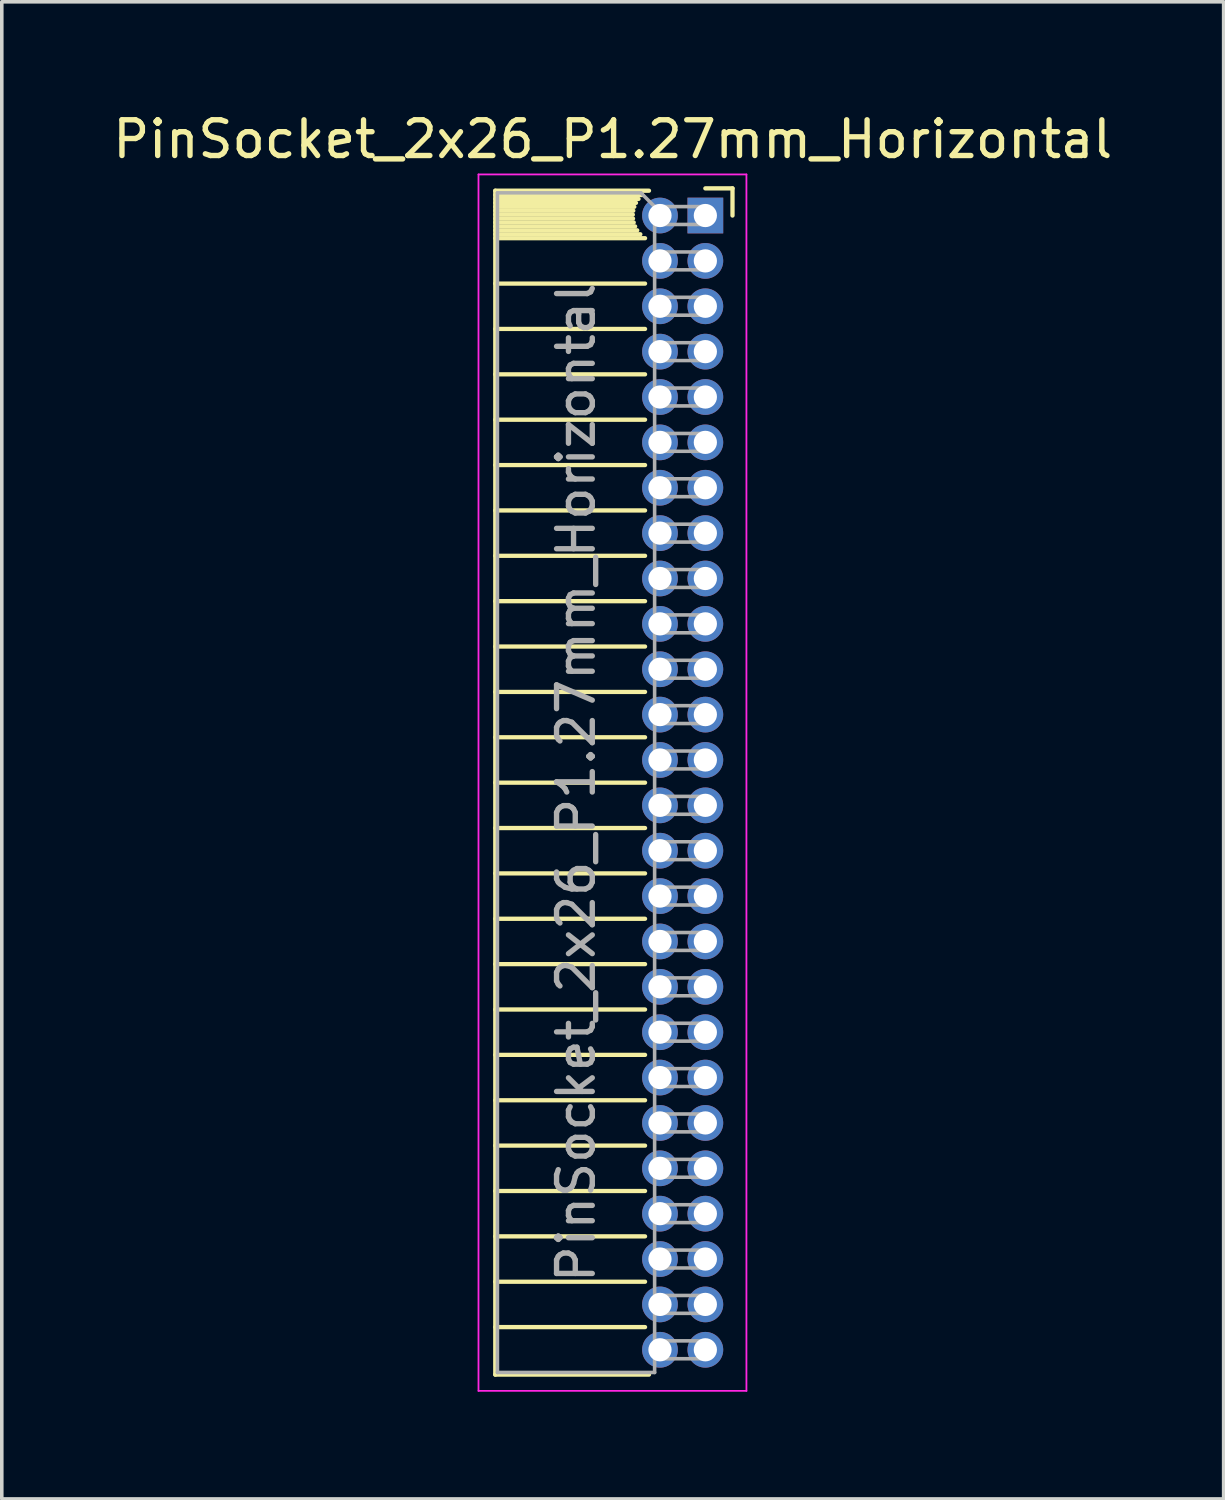
<source format=kicad_pcb>
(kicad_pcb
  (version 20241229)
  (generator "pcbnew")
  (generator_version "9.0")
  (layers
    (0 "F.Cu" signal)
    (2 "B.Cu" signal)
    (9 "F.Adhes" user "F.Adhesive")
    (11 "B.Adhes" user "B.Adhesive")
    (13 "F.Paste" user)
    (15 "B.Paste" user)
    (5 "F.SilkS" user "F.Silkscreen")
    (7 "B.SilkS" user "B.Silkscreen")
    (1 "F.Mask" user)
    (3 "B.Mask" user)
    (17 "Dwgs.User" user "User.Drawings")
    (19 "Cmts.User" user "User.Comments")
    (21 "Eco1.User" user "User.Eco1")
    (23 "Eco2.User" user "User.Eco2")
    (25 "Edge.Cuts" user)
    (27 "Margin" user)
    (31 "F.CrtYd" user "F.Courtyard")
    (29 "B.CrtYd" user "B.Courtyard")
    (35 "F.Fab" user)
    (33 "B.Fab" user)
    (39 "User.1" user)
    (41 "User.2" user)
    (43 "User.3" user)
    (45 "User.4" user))
  (footprint "PinSocket_2x26_P1.27mm_Horizontal"
    (layer "F.Cu")
    (at 16.694 2.983)
    (property "Reference" "PinSocket_2x26_P1.27mm_Horizontal" (at -2.592 -2.135 0) (layer "F.SilkS") (effects (font (size 1 1) (thickness 0.15))))
    (attr through_hole)
    (fp_line (start -5.88 -0.695) (end -5.88 32.445) (stroke (width 0.12) (type solid)) (layer "F.SilkS"))
    (fp_line (start -5.88 -0.695) (end -1.578 -0.695) (stroke (width 0.12) (type solid)) (layer "F.SilkS"))
    (fp_line (start -5.88 -0.575) (end -1.767 -0.575) (stroke (width 0.12) (type solid)) (layer "F.SilkS"))
    (fp_line (start -5.88 -0.465) (end -1.871 -0.465) (stroke (width 0.12) (type solid)) (layer "F.SilkS"))
    (fp_line (start -5.88 -0.355) (end -1.942 -0.355) (stroke (width 0.12) (type solid)) (layer "F.SilkS"))
    (fp_line (start -5.88 -0.245) (end -1.989 -0.245) (stroke (width 0.12) (type solid)) (layer "F.SilkS"))
    (fp_line (start -5.88 -0.135) (end -2.018 -0.135) (stroke (width 0.12) (type solid)) (layer "F.SilkS"))
    (fp_line (start -5.88 -0.025) (end -2.03 -0.025) (stroke (width 0.12) (type solid)) (layer "F.SilkS"))
    (fp_line (start -5.88 0.085) (end -2.025 0.085) (stroke (width 0.12) (type solid)) (layer "F.SilkS"))
    (fp_line (start -5.88 0.195) (end -2.005 0.195) (stroke (width 0.12) (type solid)) (layer "F.SilkS"))
    (fp_line (start -5.88 0.305) (end -1.966 0.305) (stroke (width 0.12) (type solid)) (layer "F.SilkS"))
    (fp_line (start -5.88 0.415) (end -1.907 0.415) (stroke (width 0.12) (type solid)) (layer "F.SilkS"))
    (fp_line (start -5.88 0.525) (end -1.82 0.525) (stroke (width 0.12) (type solid)) (layer "F.SilkS"))
    (fp_line (start -5.88 0.635) (end -1.688 0.635) (stroke (width 0.12) (type solid)) (layer "F.SilkS"))
    (fp_line (start -5.88 1.905) (end -1.688 1.905) (stroke (width 0.12) (type solid)) (layer "F.SilkS"))
    (fp_line (start -5.88 3.175) (end -1.688 3.175) (stroke (width 0.12) (type solid)) (layer "F.SilkS"))
    (fp_line (start -5.88 4.445) (end -1.688 4.445) (stroke (width 0.12) (type solid)) (layer "F.SilkS"))
    (fp_line (start -5.88 5.715) (end -1.688 5.715) (stroke (width 0.12) (type solid)) (layer "F.SilkS"))
    (fp_line (start -5.88 6.985) (end -1.688 6.985) (stroke (width 0.12) (type solid)) (layer "F.SilkS"))
    (fp_line (start -5.88 8.255) (end -1.688 8.255) (stroke (width 0.12) (type solid)) (layer "F.SilkS"))
    (fp_line (start -5.88 9.525) (end -1.688 9.525) (stroke (width 0.12) (type solid)) (layer "F.SilkS"))
    (fp_line (start -5.88 10.795) (end -1.688 10.795) (stroke (width 0.12) (type solid)) (layer "F.SilkS"))
    (fp_line (start -5.88 12.065) (end -1.688 12.065) (stroke (width 0.12) (type solid)) (layer "F.SilkS"))
    (fp_line (start -5.88 13.335) (end -1.688 13.335) (stroke (width 0.12) (type solid)) (layer "F.SilkS"))
    (fp_line (start -5.88 14.605) (end -1.688 14.605) (stroke (width 0.12) (type solid)) (layer "F.SilkS"))
    (fp_line (start -5.88 15.875) (end -1.688 15.875) (stroke (width 0.12) (type solid)) (layer "F.SilkS"))
    (fp_line (start -5.88 17.145) (end -1.688 17.145) (stroke (width 0.12) (type solid)) (layer "F.SilkS"))
    (fp_line (start -5.88 18.415) (end -1.688 18.415) (stroke (width 0.12) (type solid)) (layer "F.SilkS"))
    (fp_line (start -5.88 19.685) (end -1.688 19.685) (stroke (width 0.12) (type solid)) (layer "F.SilkS"))
    (fp_line (start -5.88 20.955) (end -1.688 20.955) (stroke (width 0.12) (type solid)) (layer "F.SilkS"))
    (fp_line (start -5.88 22.225) (end -1.688 22.225) (stroke (width 0.12) (type solid)) (layer "F.SilkS"))
    (fp_line (start -5.88 23.495) (end -1.688 23.495) (stroke (width 0.12) (type solid)) (layer "F.SilkS"))
    (fp_line (start -5.88 24.765) (end -1.688 24.765) (stroke (width 0.12) (type solid)) (layer "F.SilkS"))
    (fp_line (start -5.88 26.035) (end -1.688 26.035) (stroke (width 0.12) (type solid)) (layer "F.SilkS"))
    (fp_line (start -5.88 27.305) (end -1.688 27.305) (stroke (width 0.12) (type solid)) (layer "F.SilkS"))
    (fp_line (start -5.88 28.575) (end -1.688 28.575) (stroke (width 0.12) (type solid)) (layer "F.SilkS"))
    (fp_line (start -5.88 29.845) (end -1.688 29.845) (stroke (width 0.12) (type solid)) (layer "F.SilkS"))
    (fp_line (start -5.88 31.115) (end -1.688 31.115) (stroke (width 0.12) (type solid)) (layer "F.SilkS"))
    (fp_line (start -5.88 32.445) (end -1.578 32.445) (stroke (width 0.12) (type solid)) (layer "F.SilkS"))
    (fp_line (start 0 -0.76) (end 0.76 -0.76) (stroke (width 0.12) (type solid)) (layer "F.SilkS"))
    (fp_line (start 0.76 -0.76) (end 0.76 0) (stroke (width 0.12) (type solid)) (layer "F.SilkS"))
    (fp_line (start -6.35 -1.15) (end -6.35 32.9) (stroke (width 0.05) (type solid)) (layer "F.CrtYd"))
    (fp_line (start -6.35 32.9) (end 1.15 32.9) (stroke (width 0.05) (type solid)) (layer "F.CrtYd"))
    (fp_line (start 1.15 -1.15) (end -6.35 -1.15) (stroke (width 0.05) (type solid)) (layer "F.CrtYd"))
    (fp_line (start 1.15 32.9) (end 1.15 -1.15) (stroke (width 0.05) (type solid)) (layer "F.CrtYd"))
    (fp_line (start -5.82 -0.635) (end -1.805 -0.635) (stroke (width 0.1) (type solid)) (layer "F.Fab"))
    (fp_line (start -5.82 32.385) (end -5.82 -0.635) (stroke (width 0.1) (type solid)) (layer "F.Fab"))
    (fp_line (start -1.805 -0.635) (end -1.42 -0.25) (stroke (width 0.1) (type solid)) (layer "F.Fab"))
    (fp_line (start -1.42 -0.25) (end -1.42 32.385) (stroke (width 0.1) (type solid)) (layer "F.Fab"))
    (fp_line (start -1.42 0.25) (end 0 0.25) (stroke (width 0.1) (type solid)) (layer "F.Fab"))
    (fp_line (start -1.42 1.52) (end 0 1.52) (stroke (width 0.1) (type solid)) (layer "F.Fab"))
    (fp_line (start -1.42 2.79) (end 0 2.79) (stroke (width 0.1) (type solid)) (layer "F.Fab"))
    (fp_line (start -1.42 4.06) (end 0 4.06) (stroke (width 0.1) (type solid)) (layer "F.Fab"))
    (fp_line (start -1.42 5.33) (end 0 5.33) (stroke (width 0.1) (type solid)) (layer "F.Fab"))
    (fp_line (start -1.42 6.6) (end 0 6.6) (stroke (width 0.1) (type solid)) (layer "F.Fab"))
    (fp_line (start -1.42 7.87) (end 0 7.87) (stroke (width 0.1) (type solid)) (layer "F.Fab"))
    (fp_line (start -1.42 9.14) (end 0 9.14) (stroke (width 0.1) (type solid)) (layer "F.Fab"))
    (fp_line (start -1.42 10.41) (end 0 10.41) (stroke (width 0.1) (type solid)) (layer "F.Fab"))
    (fp_line (start -1.42 11.68) (end 0 11.68) (stroke (width 0.1) (type solid)) (layer "F.Fab"))
    (fp_line (start -1.42 12.95) (end 0 12.95) (stroke (width 0.1) (type solid)) (layer "F.Fab"))
    (fp_line (start -1.42 14.22) (end 0 14.22) (stroke (width 0.1) (type solid)) (layer "F.Fab"))
    (fp_line (start -1.42 15.49) (end 0 15.49) (stroke (width 0.1) (type solid)) (layer "F.Fab"))
    (fp_line (start -1.42 16.76) (end 0 16.76) (stroke (width 0.1) (type solid)) (layer "F.Fab"))
    (fp_line (start -1.42 18.03) (end 0 18.03) (stroke (width 0.1) (type solid)) (layer "F.Fab"))
    (fp_line (start -1.42 19.3) (end 0 19.3) (stroke (width 0.1) (type solid)) (layer "F.Fab"))
    (fp_line (start -1.42 20.57) (end 0 20.57) (stroke (width 0.1) (type solid)) (layer "F.Fab"))
    (fp_line (start -1.42 21.84) (end 0 21.84) (stroke (width 0.1) (type solid)) (layer "F.Fab"))
    (fp_line (start -1.42 23.11) (end 0 23.11) (stroke (width 0.1) (type solid)) (layer "F.Fab"))
    (fp_line (start -1.42 24.38) (end 0 24.38) (stroke (width 0.1) (type solid)) (layer "F.Fab"))
    (fp_line (start -1.42 25.65) (end 0 25.65) (stroke (width 0.1) (type solid)) (layer "F.Fab"))
    (fp_line (start -1.42 26.92) (end 0 26.92) (stroke (width 0.1) (type solid)) (layer "F.Fab"))
    (fp_line (start -1.42 28.19) (end 0 28.19) (stroke (width 0.1) (type solid)) (layer "F.Fab"))
    (fp_line (start -1.42 29.46) (end 0 29.46) (stroke (width 0.1) (type solid)) (layer "F.Fab"))
    (fp_line (start -1.42 30.73) (end 0 30.73) (stroke (width 0.1) (type solid)) (layer "F.Fab"))
    (fp_line (start -1.42 32) (end 0 32) (stroke (width 0.1) (type solid)) (layer "F.Fab"))
    (fp_line (start -1.42 32.385) (end -5.82 32.385) (stroke (width 0.1) (type solid)) (layer "F.Fab"))
    (fp_line (start 0 -0.25) (end -1.42 -0.25) (stroke (width 0.1) (type solid)) (layer "F.Fab"))
    (fp_line (start 0 0.25) (end 0 -0.25) (stroke (width 0.1) (type solid)) (layer "F.Fab"))
    (fp_line (start 0 1.02) (end -1.42 1.02) (stroke (width 0.1) (type solid)) (layer "F.Fab"))
    (fp_line (start 0 1.52) (end 0 1.02) (stroke (width 0.1) (type solid)) (layer "F.Fab"))
    (fp_line (start 0 2.29) (end -1.42 2.29) (stroke (width 0.1) (type solid)) (layer "F.Fab"))
    (fp_line (start 0 2.79) (end 0 2.29) (stroke (width 0.1) (type solid)) (layer "F.Fab"))
    (fp_line (start 0 3.56) (end -1.42 3.56) (stroke (width 0.1) (type solid)) (layer "F.Fab"))
    (fp_line (start 0 4.06) (end 0 3.56) (stroke (width 0.1) (type solid)) (layer "F.Fab"))
    (fp_line (start 0 4.83) (end -1.42 4.83) (stroke (width 0.1) (type solid)) (layer "F.Fab"))
    (fp_line (start 0 5.33) (end 0 4.83) (stroke (width 0.1) (type solid)) (layer "F.Fab"))
    (fp_line (start 0 6.1) (end -1.42 6.1) (stroke (width 0.1) (type solid)) (layer "F.Fab"))
    (fp_line (start 0 6.6) (end 0 6.1) (stroke (width 0.1) (type solid)) (layer "F.Fab"))
    (fp_line (start 0 7.37) (end -1.42 7.37) (stroke (width 0.1) (type solid)) (layer "F.Fab"))
    (fp_line (start 0 7.87) (end 0 7.37) (stroke (width 0.1) (type solid)) (layer "F.Fab"))
    (fp_line (start 0 8.64) (end -1.42 8.64) (stroke (width 0.1) (type solid)) (layer "F.Fab"))
    (fp_line (start 0 9.14) (end 0 8.64) (stroke (width 0.1) (type solid)) (layer "F.Fab"))
    (fp_line (start 0 9.91) (end -1.42 9.91) (stroke (width 0.1) (type solid)) (layer "F.Fab"))
    (fp_line (start 0 10.41) (end 0 9.91) (stroke (width 0.1) (type solid)) (layer "F.Fab"))
    (fp_line (start 0 11.18) (end -1.42 11.18) (stroke (width 0.1) (type solid)) (layer "F.Fab"))
    (fp_line (start 0 11.68) (end 0 11.18) (stroke (width 0.1) (type solid)) (layer "F.Fab"))
    (fp_line (start 0 12.45) (end -1.42 12.45) (stroke (width 0.1) (type solid)) (layer "F.Fab"))
    (fp_line (start 0 12.95) (end 0 12.45) (stroke (width 0.1) (type solid)) (layer "F.Fab"))
    (fp_line (start 0 13.72) (end -1.42 13.72) (stroke (width 0.1) (type solid)) (layer "F.Fab"))
    (fp_line (start 0 14.22) (end 0 13.72) (stroke (width 0.1) (type solid)) (layer "F.Fab"))
    (fp_line (start 0 14.99) (end -1.42 14.99) (stroke (width 0.1) (type solid)) (layer "F.Fab"))
    (fp_line (start 0 15.49) (end 0 14.99) (stroke (width 0.1) (type solid)) (layer "F.Fab"))
    (fp_line (start 0 16.26) (end -1.42 16.26) (stroke (width 0.1) (type solid)) (layer "F.Fab"))
    (fp_line (start 0 16.76) (end 0 16.26) (stroke (width 0.1) (type solid)) (layer "F.Fab"))
    (fp_line (start 0 17.53) (end -1.42 17.53) (stroke (width 0.1) (type solid)) (layer "F.Fab"))
    (fp_line (start 0 18.03) (end 0 17.53) (stroke (width 0.1) (type solid)) (layer "F.Fab"))
    (fp_line (start 0 18.8) (end -1.42 18.8) (stroke (width 0.1) (type solid)) (layer "F.Fab"))
    (fp_line (start 0 19.3) (end 0 18.8) (stroke (width 0.1) (type solid)) (layer "F.Fab"))
    (fp_line (start 0 20.07) (end -1.42 20.07) (stroke (width 0.1) (type solid)) (layer "F.Fab"))
    (fp_line (start 0 20.57) (end 0 20.07) (stroke (width 0.1) (type solid)) (layer "F.Fab"))
    (fp_line (start 0 21.34) (end -1.42 21.34) (stroke (width 0.1) (type solid)) (layer "F.Fab"))
    (fp_line (start 0 21.84) (end 0 21.34) (stroke (width 0.1) (type solid)) (layer "F.Fab"))
    (fp_line (start 0 22.61) (end -1.42 22.61) (stroke (width 0.1) (type solid)) (layer "F.Fab"))
    (fp_line (start 0 23.11) (end 0 22.61) (stroke (width 0.1) (type solid)) (layer "F.Fab"))
    (fp_line (start 0 23.88) (end -1.42 23.88) (stroke (width 0.1) (type solid)) (layer "F.Fab"))
    (fp_line (start 0 24.38) (end 0 23.88) (stroke (width 0.1) (type solid)) (layer "F.Fab"))
    (fp_line (start 0 25.15) (end -1.42 25.15) (stroke (width 0.1) (type solid)) (layer "F.Fab"))
    (fp_line (start 0 25.65) (end 0 25.15) (stroke (width 0.1) (type solid)) (layer "F.Fab"))
    (fp_line (start 0 26.42) (end -1.42 26.42) (stroke (width 0.1) (type solid)) (layer "F.Fab"))
    (fp_line (start 0 26.92) (end 0 26.42) (stroke (width 0.1) (type solid)) (layer "F.Fab"))
    (fp_line (start 0 27.69) (end -1.42 27.69) (stroke (width 0.1) (type solid)) (layer "F.Fab"))
    (fp_line (start 0 28.19) (end 0 27.69) (stroke (width 0.1) (type solid)) (layer "F.Fab"))
    (fp_line (start 0 28.96) (end -1.42 28.96) (stroke (width 0.1) (type solid)) (layer "F.Fab"))
    (fp_line (start 0 29.46) (end 0 28.96) (stroke (width 0.1) (type solid)) (layer "F.Fab"))
    (fp_line (start 0 30.23) (end -1.42 30.23) (stroke (width 0.1) (type solid)) (layer "F.Fab"))
    (fp_line (start 0 30.73) (end 0 30.23) (stroke (width 0.1) (type solid)) (layer "F.Fab"))
    (fp_line (start 0 31.5) (end -1.42 31.5) (stroke (width 0.1) (type solid)) (layer "F.Fab"))
    (fp_line (start 0 32) (end 0 31.5) (stroke (width 0.1) (type solid)) (layer "F.Fab"))
    (fp_text user "${REFERENCE}" (at -3.62 15.875 90) (layer "F.Fab") (effects (font (size 1 1) (thickness 0.15))))
    (pad "1" thru_hole rect (at 0 0) (size 1 1) (drill 0.65) (layers "*.Cu" "*.Mask"))
    (pad "2" thru_hole circle (at -1.27 0) (size 1 1) (drill 0.65) (layers "*.Cu" "*.Mask"))
    (pad "3" thru_hole circle (at 0 1.27) (size 1 1) (drill 0.65) (layers "*.Cu" "*.Mask"))
    (pad "4" thru_hole circle (at -1.27 1.27) (size 1 1) (drill 0.65) (layers "*.Cu" "*.Mask"))
    (pad "5" thru_hole circle (at 0 2.54) (size 1 1) (drill 0.65) (layers "*.Cu" "*.Mask"))
    (pad "6" thru_hole circle (at -1.27 2.54) (size 1 1) (drill 0.65) (layers "*.Cu" "*.Mask"))
    (pad "7" thru_hole circle (at 0 3.81) (size 1 1) (drill 0.65) (layers "*.Cu" "*.Mask"))
    (pad "8" thru_hole circle (at -1.27 3.81) (size 1 1) (drill 0.65) (layers "*.Cu" "*.Mask"))
    (pad "9" thru_hole circle (at 0 5.08) (size 1 1) (drill 0.65) (layers "*.Cu" "*.Mask"))
    (pad "10" thru_hole circle (at -1.27 5.08) (size 1 1) (drill 0.65) (layers "*.Cu" "*.Mask"))
    (pad "11" thru_hole circle (at 0 6.35) (size 1 1) (drill 0.65) (layers "*.Cu" "*.Mask"))
    (pad "12" thru_hole circle (at -1.27 6.35) (size 1 1) (drill 0.65) (layers "*.Cu" "*.Mask"))
    (pad "13" thru_hole circle (at 0 7.62) (size 1 1) (drill 0.65) (layers "*.Cu" "*.Mask"))
    (pad "14" thru_hole circle (at -1.27 7.62) (size 1 1) (drill 0.65) (layers "*.Cu" "*.Mask"))
    (pad "15" thru_hole circle (at 0 8.89) (size 1 1) (drill 0.65) (layers "*.Cu" "*.Mask"))
    (pad "16" thru_hole circle (at -1.27 8.89) (size 1 1) (drill 0.65) (layers "*.Cu" "*.Mask"))
    (pad "17" thru_hole circle (at 0 10.16) (size 1 1) (drill 0.65) (layers "*.Cu" "*.Mask"))
    (pad "18" thru_hole circle (at -1.27 10.16) (size 1 1) (drill 0.65) (layers "*.Cu" "*.Mask"))
    (pad "19" thru_hole circle (at 0 11.43) (size 1 1) (drill 0.65) (layers "*.Cu" "*.Mask"))
    (pad "20" thru_hole circle (at -1.27 11.43) (size 1 1) (drill 0.65) (layers "*.Cu" "*.Mask"))
    (pad "21" thru_hole circle (at 0 12.7) (size 1 1) (drill 0.65) (layers "*.Cu" "*.Mask"))
    (pad "22" thru_hole circle (at -1.27 12.7) (size 1 1) (drill 0.65) (layers "*.Cu" "*.Mask"))
    (pad "23" thru_hole circle (at 0 13.97) (size 1 1) (drill 0.65) (layers "*.Cu" "*.Mask"))
    (pad "24" thru_hole circle (at -1.27 13.97) (size 1 1) (drill 0.65) (layers "*.Cu" "*.Mask"))
    (pad "25" thru_hole circle (at 0 15.24) (size 1 1) (drill 0.65) (layers "*.Cu" "*.Mask"))
    (pad "26" thru_hole circle (at -1.27 15.24) (size 1 1) (drill 0.65) (layers "*.Cu" "*.Mask"))
    (pad "27" thru_hole circle (at 0 16.51) (size 1 1) (drill 0.65) (layers "*.Cu" "*.Mask"))
    (pad "28" thru_hole circle (at -1.27 16.51) (size 1 1) (drill 0.65) (layers "*.Cu" "*.Mask"))
    (pad "29" thru_hole circle (at 0 17.78) (size 1 1) (drill 0.65) (layers "*.Cu" "*.Mask"))
    (pad "30" thru_hole circle (at -1.27 17.78) (size 1 1) (drill 0.65) (layers "*.Cu" "*.Mask"))
    (pad "31" thru_hole circle (at 0 19.05) (size 1 1) (drill 0.65) (layers "*.Cu" "*.Mask"))
    (pad "32" thru_hole circle (at -1.27 19.05) (size 1 1) (drill 0.65) (layers "*.Cu" "*.Mask"))
    (pad "33" thru_hole circle (at 0 20.32) (size 1 1) (drill 0.65) (layers "*.Cu" "*.Mask"))
    (pad "34" thru_hole circle (at -1.27 20.32) (size 1 1) (drill 0.65) (layers "*.Cu" "*.Mask"))
    (pad "35" thru_hole circle (at 0 21.59) (size 1 1) (drill 0.65) (layers "*.Cu" "*.Mask"))
    (pad "36" thru_hole circle (at -1.27 21.59) (size 1 1) (drill 0.65) (layers "*.Cu" "*.Mask"))
    (pad "37" thru_hole circle (at 0 22.86) (size 1 1) (drill 0.65) (layers "*.Cu" "*.Mask"))
    (pad "38" thru_hole circle (at -1.27 22.86) (size 1 1) (drill 0.65) (layers "*.Cu" "*.Mask"))
    (pad "39" thru_hole circle (at 0 24.13) (size 1 1) (drill 0.65) (layers "*.Cu" "*.Mask"))
    (pad "40" thru_hole circle (at -1.27 24.13) (size 1 1) (drill 0.65) (layers "*.Cu" "*.Mask"))
    (pad "41" thru_hole circle (at 0 25.4) (size 1 1) (drill 0.65) (layers "*.Cu" "*.Mask"))
    (pad "42" thru_hole circle (at -1.27 25.4) (size 1 1) (drill 0.65) (layers "*.Cu" "*.Mask"))
    (pad "43" thru_hole circle (at 0 26.67) (size 1 1) (drill 0.65) (layers "*.Cu" "*.Mask"))
    (pad "44" thru_hole circle (at -1.27 26.67) (size 1 1) (drill 0.65) (layers "*.Cu" "*.Mask"))
    (pad "45" thru_hole circle (at 0 27.94) (size 1 1) (drill 0.65) (layers "*.Cu" "*.Mask"))
    (pad "46" thru_hole circle (at -1.27 27.94) (size 1 1) (drill 0.65) (layers "*.Cu" "*.Mask"))
    (pad "47" thru_hole circle (at 0 29.21) (size 1 1) (drill 0.65) (layers "*.Cu" "*.Mask"))
    (pad "48" thru_hole circle (at -1.27 29.21) (size 1 1) (drill 0.65) (layers "*.Cu" "*.Mask"))
    (pad "49" thru_hole circle (at 0 30.48) (size 1 1) (drill 0.65) (layers "*.Cu" "*.Mask"))
    (pad "50" thru_hole circle (at -1.27 30.48) (size 1 1) (drill 0.65) (layers "*.Cu" "*.Mask"))
    (pad "51" thru_hole circle (at 0 31.75) (size 1 1) (drill 0.65) (layers "*.Cu" "*.Mask"))
    (pad "52" thru_hole circle (at -1.27 31.75) (size 1 1) (drill 0.65) (layers "*.Cu" "*.Mask")))
  (gr_rect
    (start -3 -3)
    (end 31.202 38.908)
    (stroke (width 0.1) (type default))
    (fill no)
    (layer "Edge.Cuts")))
</source>
